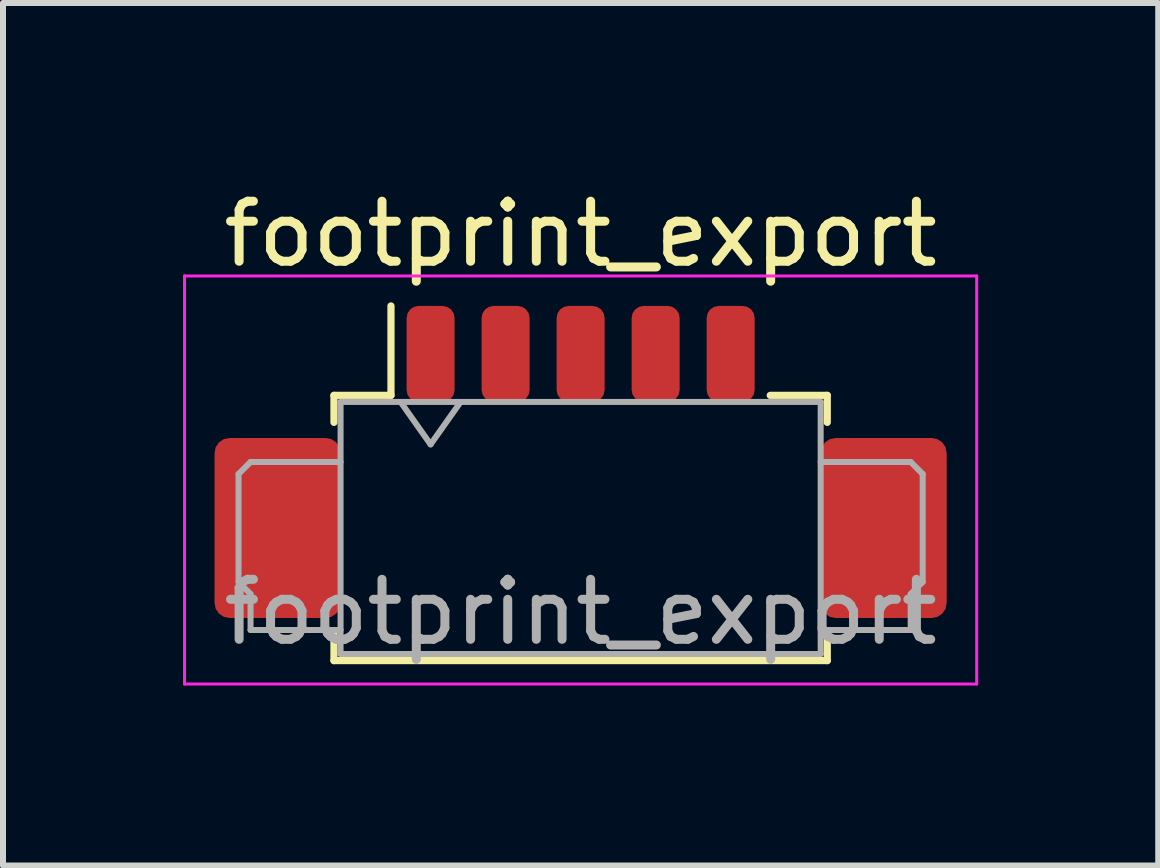
<source format=kicad_pcb>
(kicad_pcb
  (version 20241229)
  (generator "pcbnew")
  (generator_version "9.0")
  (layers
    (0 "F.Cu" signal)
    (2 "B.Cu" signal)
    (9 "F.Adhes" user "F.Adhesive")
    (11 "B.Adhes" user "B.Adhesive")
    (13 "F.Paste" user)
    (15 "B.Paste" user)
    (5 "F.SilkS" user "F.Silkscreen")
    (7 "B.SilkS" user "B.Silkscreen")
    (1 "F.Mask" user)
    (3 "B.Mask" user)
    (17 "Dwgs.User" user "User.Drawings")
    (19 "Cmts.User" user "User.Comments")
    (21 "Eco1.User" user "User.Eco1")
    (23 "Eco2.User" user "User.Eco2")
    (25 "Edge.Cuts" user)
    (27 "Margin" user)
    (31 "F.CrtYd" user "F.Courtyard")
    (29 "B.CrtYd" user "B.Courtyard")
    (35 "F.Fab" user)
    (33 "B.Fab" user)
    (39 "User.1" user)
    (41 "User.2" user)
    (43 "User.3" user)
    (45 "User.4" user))
  (footprint "footprint_export"
    (layer "F.Cu")
    (at 6.625 5.248)
    (property "Reference" "footprint_export" (at 0 -4.4 0) (layer "F.SilkS") (effects (font (size 1 1) (thickness 0.15))))
    (attr smd)
    (fp_line (start -4.11 -1.71) (end -3.16 -1.71) (stroke (width 0.12) (type solid)) (layer "F.SilkS"))
    (fp_line (start -4.11 -1.26) (end -4.11 -1.71) (stroke (width 0.12) (type solid)) (layer "F.SilkS"))
    (fp_line (start -4.11 2.26) (end -4.11 2.71) (stroke (width 0.12) (type solid)) (layer "F.SilkS"))
    (fp_line (start -4.11 2.71) (end 4.11 2.71) (stroke (width 0.12) (type solid)) (layer "F.SilkS"))
    (fp_line (start -3.16 -1.71) (end -3.16 -3.2) (stroke (width 0.12) (type solid)) (layer "F.SilkS"))
    (fp_line (start 4.11 -1.71) (end 3.16 -1.71) (stroke (width 0.12) (type solid)) (layer "F.SilkS"))
    (fp_line (start 4.11 -1.26) (end 4.11 -1.71) (stroke (width 0.12) (type solid)) (layer "F.SilkS"))
    (fp_line (start 4.11 2.71) (end 4.11 2.26) (stroke (width 0.12) (type solid)) (layer "F.SilkS"))
    (fp_line (start -6.6 -3.7) (end -6.6 3.1) (stroke (width 0.05) (type solid)) (layer "F.CrtYd"))
    (fp_line (start -6.6 3.1) (end 6.6 3.1) (stroke (width 0.05) (type solid)) (layer "F.CrtYd"))
    (fp_line (start 6.6 -3.7) (end -6.6 -3.7) (stroke (width 0.05) (type solid)) (layer "F.CrtYd"))
    (fp_line (start 6.6 3.1) (end 6.6 -3.7) (stroke (width 0.05) (type solid)) (layer "F.CrtYd"))
    (fp_line (start -5.7 -0.4) (end -5.7 1.4) (stroke (width 0.1) (type solid)) (layer "F.Fab"))
    (fp_line (start -5.7 1.4) (end -5.5 1.6) (stroke (width 0.1) (type solid)) (layer "F.Fab"))
    (fp_line (start -5.5 -0.6) (end -5.7 -0.4) (stroke (width 0.1) (type solid)) (layer "F.Fab"))
    (fp_line (start -5.5 1.6) (end -5.5 2.2) (stroke (width 0.1) (type solid)) (layer "F.Fab"))
    (fp_line (start -5.5 2.2) (end -4 2.2) (stroke (width 0.1) (type solid)) (layer "F.Fab"))
    (fp_line (start -4 -1.6) (end -4 2.6) (stroke (width 0.1) (type solid)) (layer "F.Fab"))
    (fp_line (start -4 -1.6) (end 4 -1.6) (stroke (width 0.1) (type solid)) (layer "F.Fab"))
    (fp_line (start -4 -0.6) (end -5.5 -0.6) (stroke (width 0.1) (type solid)) (layer "F.Fab"))
    (fp_line (start -4 2.6) (end 4 2.6) (stroke (width 0.1) (type solid)) (layer "F.Fab"))
    (fp_line (start -3 -1.6) (end -2.5 -0.893) (stroke (width 0.1) (type solid)) (layer "F.Fab"))
    (fp_line (start -2.5 -0.893) (end -2 -1.6) (stroke (width 0.1) (type solid)) (layer "F.Fab"))
    (fp_line (start 4 -1.6) (end 4 2.6) (stroke (width 0.1) (type solid)) (layer "F.Fab"))
    (fp_line (start 4 -0.6) (end 5.5 -0.6) (stroke (width 0.1) (type solid)) (layer "F.Fab"))
    (fp_line (start 5.5 -0.6) (end 5.7 -0.4) (stroke (width 0.1) (type solid)) (layer "F.Fab"))
    (fp_line (start 5.5 1.6) (end 5.5 2.2) (stroke (width 0.1) (type solid)) (layer "F.Fab"))
    (fp_line (start 5.5 2.2) (end 4 2.2) (stroke (width 0.1) (type solid)) (layer "F.Fab"))
    (fp_line (start 5.7 -0.4) (end 5.7 1.4) (stroke (width 0.1) (type solid)) (layer "F.Fab"))
    (fp_line (start 5.7 1.4) (end 5.5 1.6) (stroke (width 0.1) (type solid)) (layer "F.Fab"))
    (fp_text user "${REFERENCE}" (at 0 1.9 0) (layer "F.Fab") (effects (font (size 1 1) (thickness 0.15))))
    (pad "1" smd roundrect (at -2.5 -2.4) (size 0.8 1.6) (layers "F.Cu" "F.Mask" "F.Paste") (roundrect_rratio 0.25))
    (pad "2" smd roundrect (at -1.25 -2.4) (size 0.8 1.6) (layers "F.Cu" "F.Mask" "F.Paste") (roundrect_rratio 0.25))
    (pad "3" smd roundrect (at 0 -2.4) (size 0.8 1.6) (layers "F.Cu" "F.Mask" "F.Paste") (roundrect_rratio 0.25))
    (pad "4" smd roundrect (at 1.25 -2.4) (size 0.8 1.6) (layers "F.Cu" "F.Mask" "F.Paste") (roundrect_rratio 0.25))
    (pad "5" smd roundrect (at 2.5 -2.4) (size 0.8 1.6) (layers "F.Cu" "F.Mask" "F.Paste") (roundrect_rratio 0.25))
    (pad "MP" smd roundrect (at -5.05 0.5) (size 2.1 3) (layers "F.Cu" "F.Mask" "F.Paste") (roundrect_rratio 0.119))
    (pad "MP" smd roundrect (at 5.05 0.5) (size 2.1 3) (layers "F.Cu" "F.Mask" "F.Paste") (roundrect_rratio 0.119)))
  (gr_rect
    (start -3 -3)
    (end 16.25 11.373)
    (stroke (width 0.1) (type default))
    (fill no)
    (layer "Edge.Cuts")))
</source>
